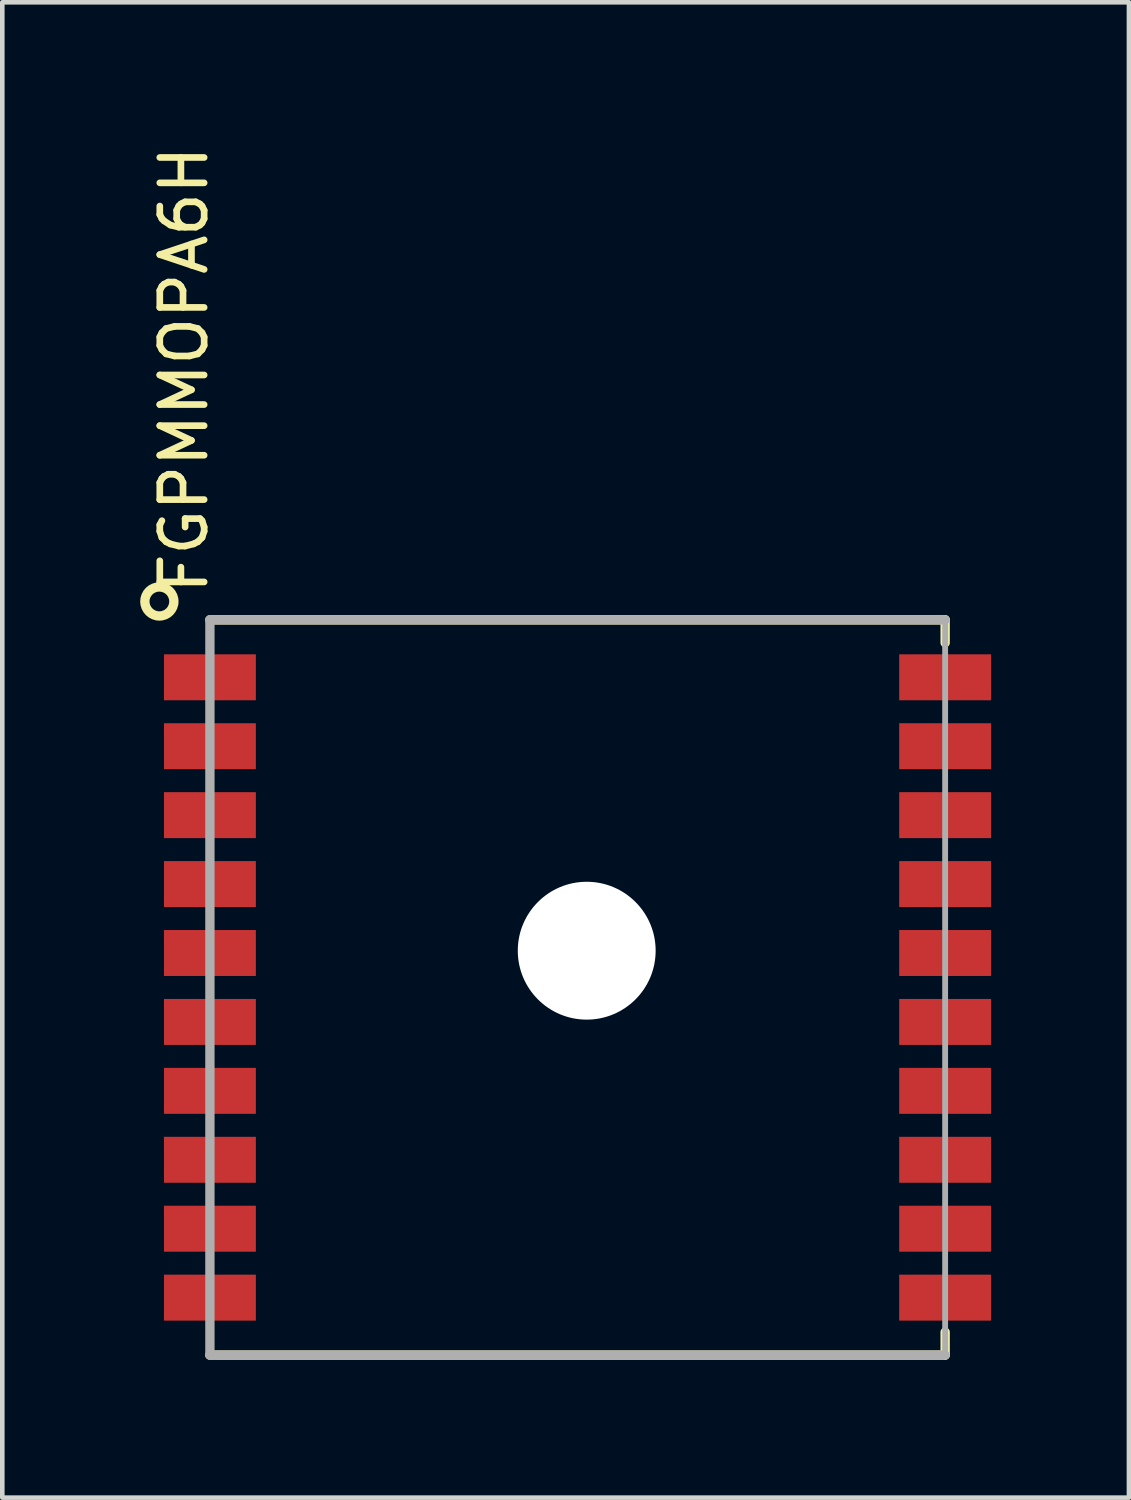
<source format=kicad_pcb>
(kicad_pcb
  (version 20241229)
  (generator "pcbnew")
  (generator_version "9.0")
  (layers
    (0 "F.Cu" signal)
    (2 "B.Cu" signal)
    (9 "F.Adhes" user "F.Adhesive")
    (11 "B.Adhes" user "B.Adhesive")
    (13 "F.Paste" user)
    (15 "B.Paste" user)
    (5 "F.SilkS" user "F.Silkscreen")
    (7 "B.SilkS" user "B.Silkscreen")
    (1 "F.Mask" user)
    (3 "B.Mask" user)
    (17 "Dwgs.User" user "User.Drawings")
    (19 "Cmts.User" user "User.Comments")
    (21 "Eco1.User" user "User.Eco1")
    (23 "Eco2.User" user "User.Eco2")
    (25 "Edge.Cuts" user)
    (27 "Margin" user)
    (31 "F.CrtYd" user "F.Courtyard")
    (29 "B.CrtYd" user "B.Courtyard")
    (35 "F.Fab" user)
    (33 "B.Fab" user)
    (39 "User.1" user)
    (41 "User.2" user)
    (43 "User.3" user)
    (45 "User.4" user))
  (footprint "FGPMMOPA6H"
    (layer "F.Cu")
    (at 9.518 18.439)
    (property "Reference" "FGPMMOPA6H" (at -8 -8.5 270) (layer "F.SilkS") (effects (font (size 0.965 0.965) (thickness 0.145)) (justify left bottom)))
    (attr through_hole)
    (fp_line (start -8 -8) (end 8 -8) (stroke (width 0.203) (type solid)) (layer "F.SilkS"))
    (fp_line (start 8 -8) (end 8 -7.5) (stroke (width 0.203) (type solid)) (layer "F.SilkS"))
    (fp_line (start 8 7.5) (end 8 8) (stroke (width 0.203) (type solid)) (layer "F.SilkS"))
    (fp_line (start 8 8) (end -8 8) (stroke (width 0.203) (type solid)) (layer "F.SilkS"))
    (fp_circle (center -9.1 -8.4) (end -8.784 -8.4) (stroke (width 0.203) (type solid)) (fill no) (layer "F.SilkS"))
    (fp_line (start -8 -8) (end 8 -8) (stroke (width 0.203) (type solid)) (layer "F.Fab"))
    (fp_line (start -8 8) (end -8 -8) (stroke (width 0.203) (type solid)) (layer "F.Fab"))
    (fp_line (start 8 -8) (end 8 8) (stroke (width 0.127) (type solid)) (layer "F.Fab"))
    (fp_line (start 8 8) (end -8 8) (stroke (width 0.203) (type solid)) (layer "F.Fab"))
    (pad "" np_thru_hole circle (at 0.2 -0.8) (size 3 3) (drill 3) (layers "*.Cu"))
    (pad "P$1" smd rect (at -8 -6.75) (size 2 1) (layers "F.Cu" "F.Mask" "F.Paste"))
    (pad "P$2" smd rect (at -8 -5.25) (size 2 1) (layers "F.Cu" "F.Mask" "F.Paste"))
    (pad "P$3" smd rect (at -8 -3.75) (size 2 1) (layers "F.Cu" "F.Mask" "F.Paste"))
    (pad "P$4" smd rect (at -8 -2.25) (size 2 1) (layers "F.Cu" "F.Mask" "F.Paste"))
    (pad "P$5" smd rect (at -8 -0.75) (size 2 1) (layers "F.Cu" "F.Mask" "F.Paste"))
    (pad "P$6" smd rect (at -8 0.75) (size 2 1) (layers "F.Cu" "F.Mask" "F.Paste"))
    (pad "P$7" smd rect (at -8 2.25) (size 2 1) (layers "F.Cu" "F.Mask" "F.Paste"))
    (pad "P$8" smd rect (at -8 3.75) (size 2 1) (layers "F.Cu" "F.Mask" "F.Paste"))
    (pad "P$9" smd rect (at -8 5.25) (size 2 1) (layers "F.Cu" "F.Mask" "F.Paste"))
    (pad "P$10" smd rect (at -8 6.75) (size 2 1) (layers "F.Cu" "F.Mask" "F.Paste"))
    (pad "P$11" smd rect (at 8 6.75 180) (size 2 1) (layers "F.Cu" "F.Mask" "F.Paste"))
    (pad "P$12" smd rect (at 8 5.25 180) (size 2 1) (layers "F.Cu" "F.Mask" "F.Paste"))
    (pad "P$13" smd rect (at 8 3.75 180) (size 2 1) (layers "F.Cu" "F.Mask" "F.Paste"))
    (pad "P$14" smd rect (at 8 2.25 180) (size 2 1) (layers "F.Cu" "F.Mask" "F.Paste"))
    (pad "P$15" smd rect (at 8 0.75 180) (size 2 1) (layers "F.Cu" "F.Mask" "F.Paste"))
    (pad "P$16" smd rect (at 8 -0.75 180) (size 2 1) (layers "F.Cu" "F.Mask" "F.Paste"))
    (pad "P$17" smd rect (at 8 -2.25 180) (size 2 1) (layers "F.Cu" "F.Mask" "F.Paste"))
    (pad "P$18" smd rect (at 8 -3.75 180) (size 2 1) (layers "F.Cu" "F.Mask" "F.Paste"))
    (pad "P$19" smd rect (at 8 -5.25 180) (size 2 1) (layers "F.Cu" "F.Mask" "F.Paste"))
    (pad "P$20" smd rect (at 8 -6.75 180) (size 2 1) (layers "F.Cu" "F.Mask" "F.Paste")))
  (gr_rect
    (start -3 -3)
    (end 21.518 29.541)
    (stroke (width 0.1) (type default))
    (fill no)
    (layer "Edge.Cuts")))
</source>
